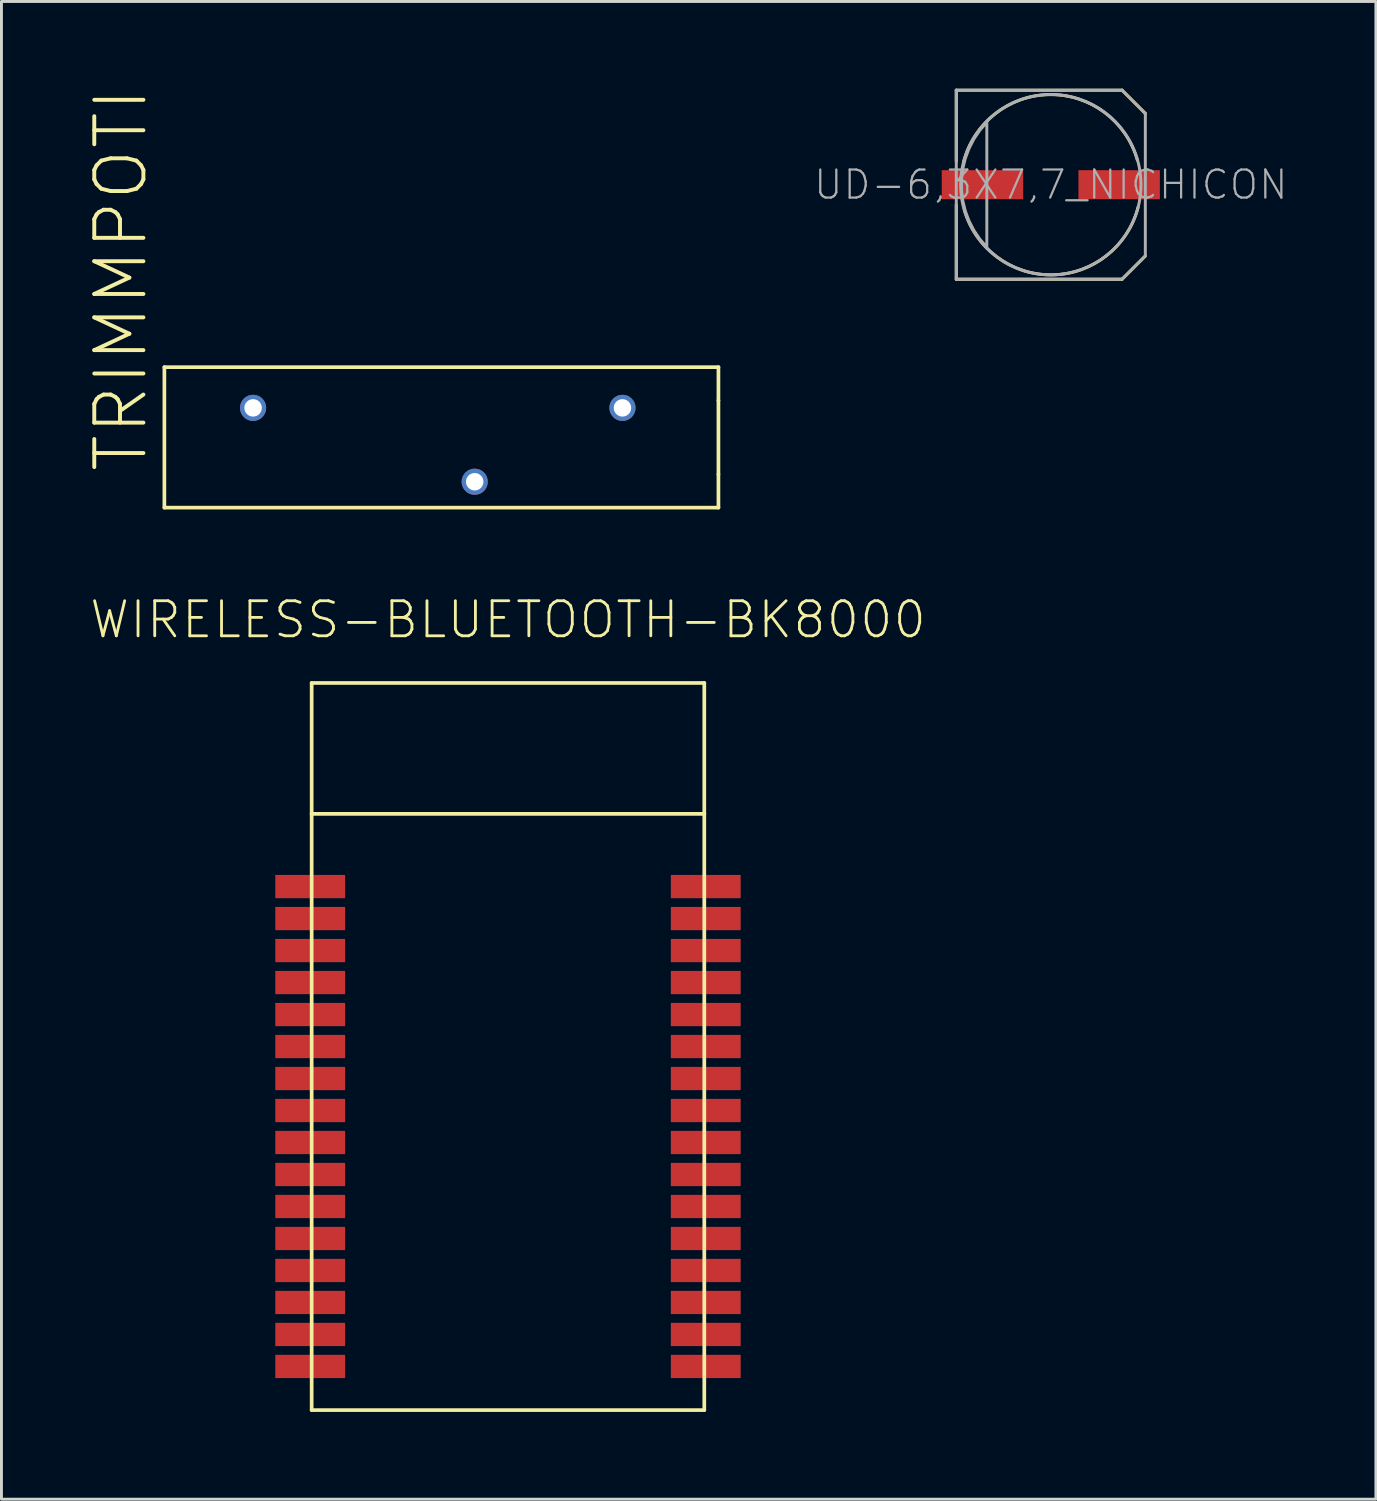
<source format=kicad_pcb>
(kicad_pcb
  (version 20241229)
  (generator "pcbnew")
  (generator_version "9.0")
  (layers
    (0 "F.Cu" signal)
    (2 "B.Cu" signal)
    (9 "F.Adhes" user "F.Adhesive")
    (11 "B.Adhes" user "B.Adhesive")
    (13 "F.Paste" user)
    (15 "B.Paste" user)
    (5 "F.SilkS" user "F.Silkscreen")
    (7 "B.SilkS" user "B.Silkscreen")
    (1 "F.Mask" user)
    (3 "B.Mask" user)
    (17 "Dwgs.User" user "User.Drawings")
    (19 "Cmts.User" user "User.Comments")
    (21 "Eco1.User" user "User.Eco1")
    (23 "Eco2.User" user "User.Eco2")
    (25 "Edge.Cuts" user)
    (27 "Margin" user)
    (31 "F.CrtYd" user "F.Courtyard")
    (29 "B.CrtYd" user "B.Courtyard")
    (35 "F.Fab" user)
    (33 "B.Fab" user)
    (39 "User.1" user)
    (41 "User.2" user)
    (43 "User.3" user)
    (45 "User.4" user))
  (footprint "UD-6,3X7,7_NICHICON"
    (layer "F.Cu")
    (at 33.08 3.301)
    (property "Reference" "UD-6,3X7,7_NICHICON" (at 0 0 180) (layer "F.Fab") (effects (font (size 0.965 0.965) (thickness 0.077))))
    (attr through_hole)
    (fp_line (start -3.25 -3.25) (end 2.45 -3.25) (stroke (width 0.102) (type solid)) (layer "F.SilkS"))
    (fp_line (start -3.25 -0.8) (end -3.25 -3.25) (stroke (width 0.102) (type solid)) (layer "F.SilkS"))
    (fp_line (start -3.25 3.25) (end -3.25 0.7) (stroke (width 0.102) (type solid)) (layer "F.SilkS"))
    (fp_line (start 2.45 -3.25) (end 3.25 -2.45) (stroke (width 0.102) (type solid)) (layer "F.SilkS"))
    (fp_line (start 2.45 3.25) (end -3.25 3.25) (stroke (width 0.102) (type solid)) (layer "F.SilkS"))
    (fp_line (start 3.25 2.45) (end 2.45 3.25) (stroke (width 0.102) (type solid)) (layer "F.SilkS"))
    (fp_arc (start -3 -0.775) (mid -0.04121 -3.099781) (end 2.975001 -0.85) (stroke (width 0.1016) (type solid)) (layer "F.SilkS"))
    (fp_arc (start 3 0.775) (mid 0.04121 3.099781) (end -2.975001 0.85) (stroke (width 0.1016) (type solid)) (layer "F.SilkS"))
    (fp_line (start -3.25 -3.25) (end 2.45 -3.25) (stroke (width 0.102) (type solid)) (layer "F.Fab"))
    (fp_line (start -3.25 3.25) (end -3.25 -3.25) (stroke (width 0.102) (type solid)) (layer "F.Fab"))
    (fp_line (start 2.45 -3.25) (end 3.25 -2.45) (stroke (width 0.102) (type solid)) (layer "F.Fab"))
    (fp_line (start 2.45 3.25) (end -3.25 3.25) (stroke (width 0.102) (type solid)) (layer "F.Fab"))
    (fp_line (start 3.25 -2.45) (end 3.25 2.45) (stroke (width 0.102) (type solid)) (layer "F.Fab"))
    (fp_line (start 3.25 2.45) (end 2.45 3.25) (stroke (width 0.102) (type solid)) (layer "F.Fab"))
    (fp_circle (center 0 0) (end 3.1 0) (stroke (width 0.102) (type solid)) (fill no) (layer "F.Fab"))
    (fp_poly (pts (xy -2.2 -2.15) (xy -2.2 -2.15) (xy -2.44 -1.873) (xy -2.645 -1.57) (xy -2.812 -1.245) (xy -2.94 -0.902) (xy -3.026 -0.546) (xy -3.07 -0.183) (xy -3.07 0.183) (xy -3.026 0.546) (xy -2.94 0.902) (xy -2.812 1.245) (xy -2.645 1.57) (xy -2.44 1.873) (xy -2.2 2.15)) (stroke (width 0.1) (type solid)) (fill no) (layer "F.Fab"))
    (pad "+" smd rect (at 2.35 0) (size 2.8 1) (layers "F.Cu" "F.Mask" "F.Paste"))
    (pad "-" smd rect (at -2.35 0) (size 2.8 1) (layers "F.Cu" "F.Mask" "F.Paste")))
  (footprint "TRIMMPOTI"
    (layer "F.Cu")
    (at 21.652 11.989)
    (property "Reference" "TRIMMPOTI" (at -19.558 1.27 90) (layer "F.SilkS") (effects (font (size 1.689 1.689) (thickness 0.135)) (justify left bottom)))
    (attr through_hole)
    (fp_line (start -19.05 -2.415) (end 0 -2.415) (stroke (width 0.127) (type solid)) (layer "F.SilkS"))
    (fp_line (start -19.05 2.415) (end -19.05 -2.415) (stroke (width 0.127) (type solid)) (layer "F.SilkS"))
    (fp_line (start 0 -2.415) (end 0 -1.27) (stroke (width 0.127) (type solid)) (layer "F.SilkS"))
    (fp_line (start 0 -1.27) (end 0 1.27) (stroke (width 0.127) (type solid)) (layer "F.SilkS"))
    (fp_line (start 0 1.27) (end 0 2.415) (stroke (width 0.127) (type solid)) (layer "F.SilkS"))
    (fp_line (start 0 2.415) (end -19.05 2.415) (stroke (width 0.127) (type solid)) (layer "F.SilkS"))
    (pad "1" thru_hole circle (at -16 -1.015) (size 0.9 0.9) (drill 0.6) (layers "*.Cu" "*.Mask"))
    (pad "2" thru_hole circle (at -8.38 1.525) (size 0.9 0.9) (drill 0.6) (layers "*.Cu" "*.Mask"))
    (pad "3" thru_hole circle (at -3.3 -1.015) (size 0.9 0.9) (drill 0.6) (layers "*.Cu" "*.Mask")))
  (footprint "WIRELESS-BLUETOOTH-BK8000"
    (layer "F.Cu")
    (at 14.416 32.933)
    (property "Reference" "WIRELESS-BLUETOOTH-BK8000" (at 0 -13.97 180) (layer "F.SilkS") (effects (font (size 1.206 1.206) (thickness 0.097)) (justify bottom)))
    (attr through_hole)
    (fp_line (start -6.75 -12.5) (end 6.75 -12.5) (stroke (width 0.127) (type solid)) (layer "F.SilkS"))
    (fp_line (start -6.75 -8) (end -6.75 -12.5) (stroke (width 0.127) (type solid)) (layer "F.SilkS"))
    (fp_line (start -6.75 -8) (end 6.75 -8) (stroke (width 0.127) (type solid)) (layer "F.SilkS"))
    (fp_line (start -6.75 12.5) (end -6.75 -8) (stroke (width 0.127) (type solid)) (layer "F.SilkS"))
    (fp_line (start 6.75 -12.5) (end 6.75 -8) (stroke (width 0.127) (type solid)) (layer "F.SilkS"))
    (fp_line (start 6.75 -8) (end 6.75 12.5) (stroke (width 0.127) (type solid)) (layer "F.SilkS"))
    (fp_line (start 6.75 12.5) (end -6.75 12.5) (stroke (width 0.127) (type solid)) (layer "F.SilkS"))
    (pad "1" smd rect (at -6.8 -5.5) (size 2.4 0.8) (layers "F.Cu" "F.Mask" "F.Paste"))
    (pad "2" smd rect (at -6.8 -4.4) (size 2.4 0.8) (layers "F.Cu" "F.Mask" "F.Paste"))
    (pad "3" smd rect (at -6.8 -3.3) (size 2.4 0.8) (layers "F.Cu" "F.Mask" "F.Paste"))
    (pad "4" smd rect (at -6.8 -2.2) (size 2.4 0.8) (layers "F.Cu" "F.Mask" "F.Paste"))
    (pad "5" smd rect (at -6.8 -1.1) (size 2.4 0.8) (layers "F.Cu" "F.Mask" "F.Paste"))
    (pad "6" smd rect (at -6.8 0) (size 2.4 0.8) (layers "F.Cu" "F.Mask" "F.Paste"))
    (pad "7" smd rect (at -6.8 1.1) (size 2.4 0.8) (layers "F.Cu" "F.Mask" "F.Paste"))
    (pad "8" smd rect (at -6.8 2.2) (size 2.4 0.8) (layers "F.Cu" "F.Mask" "F.Paste"))
    (pad "9" smd rect (at -6.8 3.3) (size 2.4 0.8) (layers "F.Cu" "F.Mask" "F.Paste"))
    (pad "10" smd rect (at -6.8 4.4) (size 2.4 0.8) (layers "F.Cu" "F.Mask" "F.Paste"))
    (pad "11" smd rect (at -6.8 5.5) (size 2.4 0.8) (layers "F.Cu" "F.Mask" "F.Paste"))
    (pad "12" smd rect (at -6.8 6.6) (size 2.4 0.8) (layers "F.Cu" "F.Mask" "F.Paste"))
    (pad "13" smd rect (at -6.8 7.7) (size 2.4 0.8) (layers "F.Cu" "F.Mask" "F.Paste"))
    (pad "14" smd rect (at -6.8 8.8) (size 2.4 0.8) (layers "F.Cu" "F.Mask" "F.Paste"))
    (pad "15" smd rect (at -6.8 9.9) (size 2.4 0.8) (layers "F.Cu" "F.Mask" "F.Paste"))
    (pad "16" smd rect (at -6.8 11) (size 2.4 0.8) (layers "F.Cu" "F.Mask" "F.Paste"))
    (pad "17" smd rect (at 6.8 11) (size 2.4 0.8) (layers "F.Cu" "F.Mask" "F.Paste"))
    (pad "18" smd rect (at 6.8 9.9) (size 2.4 0.8) (layers "F.Cu" "F.Mask" "F.Paste"))
    (pad "19" smd rect (at 6.8 8.8) (size 2.4 0.8) (layers "F.Cu" "F.Mask" "F.Paste"))
    (pad "20" smd rect (at 6.8 7.7) (size 2.4 0.8) (layers "F.Cu" "F.Mask" "F.Paste"))
    (pad "21" smd rect (at 6.8 6.6) (size 2.4 0.8) (layers "F.Cu" "F.Mask" "F.Paste"))
    (pad "22" smd rect (at 6.8 5.5) (size 2.4 0.8) (layers "F.Cu" "F.Mask" "F.Paste"))
    (pad "23" smd rect (at 6.8 4.4) (size 2.4 0.8) (layers "F.Cu" "F.Mask" "F.Paste"))
    (pad "24" smd rect (at 6.8 3.3) (size 2.4 0.8) (layers "F.Cu" "F.Mask" "F.Paste"))
    (pad "25" smd rect (at 6.8 2.2) (size 2.4 0.8) (layers "F.Cu" "F.Mask" "F.Paste"))
    (pad "26" smd rect (at 6.8 1.1) (size 2.4 0.8) (layers "F.Cu" "F.Mask" "F.Paste"))
    (pad "27" smd rect (at 6.8 0) (size 2.4 0.8) (layers "F.Cu" "F.Mask" "F.Paste"))
    (pad "28" smd rect (at 6.8 -1.1) (size 2.4 0.8) (layers "F.Cu" "F.Mask" "F.Paste"))
    (pad "29" smd rect (at 6.8 -2.2) (size 2.4 0.8) (layers "F.Cu" "F.Mask" "F.Paste"))
    (pad "30" smd rect (at 6.8 -3.3) (size 2.4 0.8) (layers "F.Cu" "F.Mask" "F.Paste"))
    (pad "31" smd rect (at 6.8 -4.4) (size 2.4 0.8) (layers "F.Cu" "F.Mask" "F.Paste"))
    (pad "32" smd rect (at 6.8 -5.5) (size 2.4 0.8) (layers "F.Cu" "F.Mask" "F.Paste")))
  (gr_rect
    (start -3 -3)
    (end 44.258 48.497)
    (stroke (width 0.1) (type default))
    (fill no)
    (layer "Edge.Cuts")))
</source>
